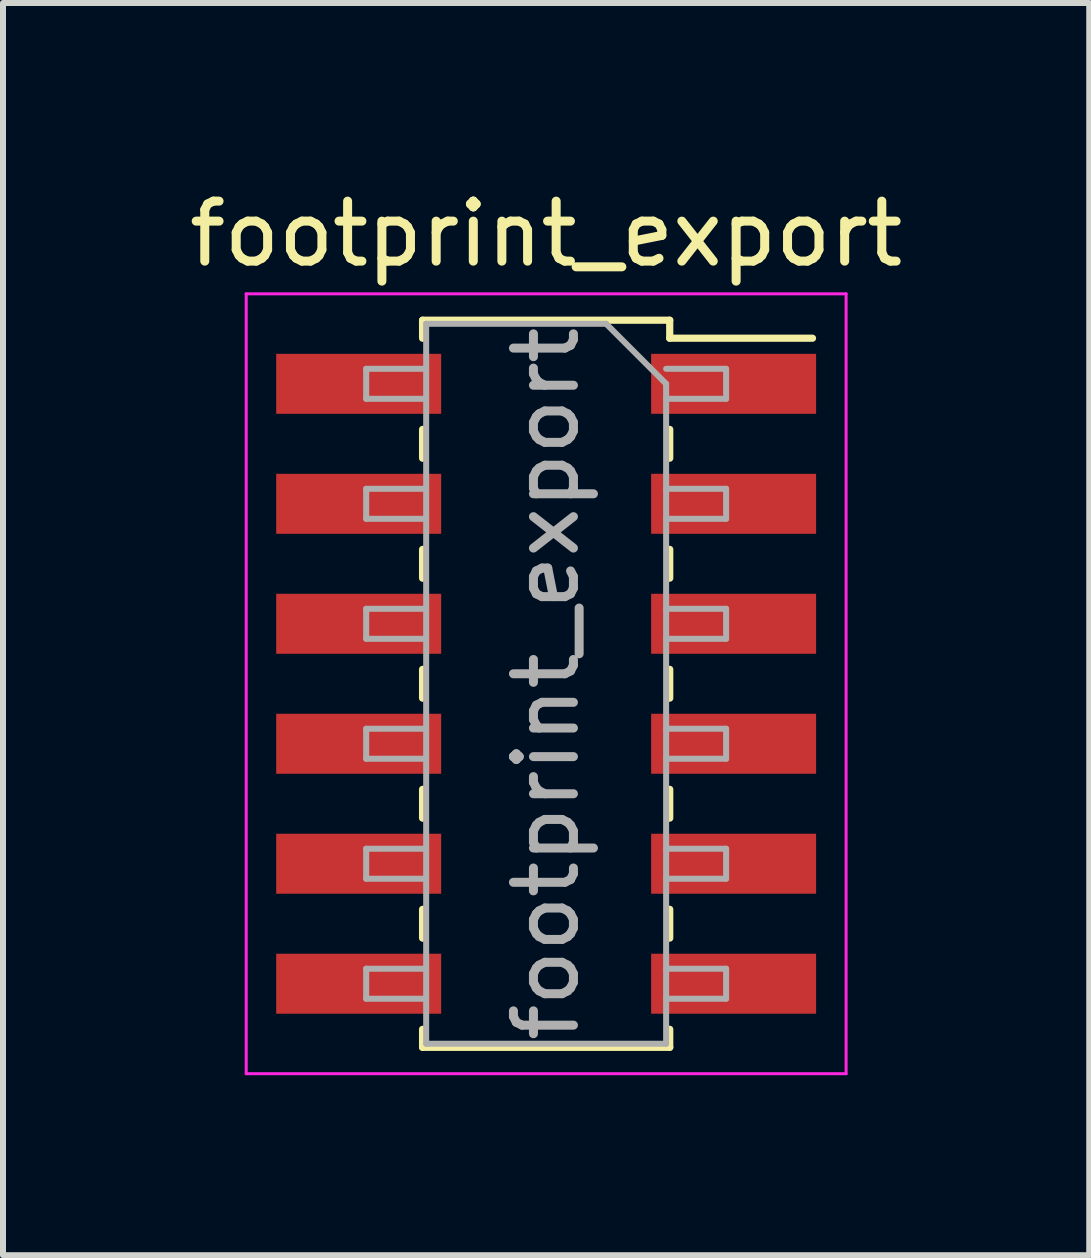
<source format=kicad_pcb>
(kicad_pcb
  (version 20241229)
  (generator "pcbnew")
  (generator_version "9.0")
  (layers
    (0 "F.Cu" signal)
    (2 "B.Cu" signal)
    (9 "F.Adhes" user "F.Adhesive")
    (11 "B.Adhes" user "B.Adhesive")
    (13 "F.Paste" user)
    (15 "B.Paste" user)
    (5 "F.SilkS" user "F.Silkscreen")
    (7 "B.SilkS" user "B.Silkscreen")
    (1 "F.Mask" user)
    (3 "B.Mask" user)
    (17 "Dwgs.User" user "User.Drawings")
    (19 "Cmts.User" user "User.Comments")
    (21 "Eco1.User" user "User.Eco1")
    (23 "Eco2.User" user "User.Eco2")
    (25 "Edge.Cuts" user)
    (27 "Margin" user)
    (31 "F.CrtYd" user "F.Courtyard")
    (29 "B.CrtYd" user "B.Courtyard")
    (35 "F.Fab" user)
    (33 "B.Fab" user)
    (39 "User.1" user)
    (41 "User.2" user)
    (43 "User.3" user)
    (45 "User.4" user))
  (footprint "footprint_export"
    (layer "F.Cu")
    (at 6.054 8.348)
    (property "Reference" "footprint_export" (at 0 -7.5 0) (layer "F.SilkS") (effects (font (size 1 1) (thickness 0.15))))
    (attr smd)
    (fp_line (start -2.06 -6.06) (end -2.06 -5.76) (stroke (width 0.12) (type solid)) (layer "F.SilkS"))
    (fp_line (start -2.06 -6.06) (end 2.06 -6.06) (stroke (width 0.12) (type solid)) (layer "F.SilkS"))
    (fp_line (start -2.06 -4.24) (end -2.06 -3.76) (stroke (width 0.12) (type solid)) (layer "F.SilkS"))
    (fp_line (start -2.06 -2.24) (end -2.06 -1.76) (stroke (width 0.12) (type solid)) (layer "F.SilkS"))
    (fp_line (start -2.06 -0.24) (end -2.06 0.24) (stroke (width 0.12) (type solid)) (layer "F.SilkS"))
    (fp_line (start -2.06 1.76) (end -2.06 2.24) (stroke (width 0.12) (type solid)) (layer "F.SilkS"))
    (fp_line (start -2.06 3.76) (end -2.06 4.24) (stroke (width 0.12) (type solid)) (layer "F.SilkS"))
    (fp_line (start -2.06 5.76) (end -2.06 6.06) (stroke (width 0.12) (type solid)) (layer "F.SilkS"))
    (fp_line (start -2.06 6.06) (end 2.06 6.06) (stroke (width 0.12) (type solid)) (layer "F.SilkS"))
    (fp_line (start 2.06 -6.06) (end 2.06 -5.76) (stroke (width 0.12) (type solid)) (layer "F.SilkS"))
    (fp_line (start 2.06 -5.76) (end 4.44 -5.76) (stroke (width 0.12) (type solid)) (layer "F.SilkS"))
    (fp_line (start 2.06 -4.24) (end 2.06 -3.76) (stroke (width 0.12) (type solid)) (layer "F.SilkS"))
    (fp_line (start 2.06 -2.24) (end 2.06 -1.76) (stroke (width 0.12) (type solid)) (layer "F.SilkS"))
    (fp_line (start 2.06 -0.24) (end 2.06 0.24) (stroke (width 0.12) (type solid)) (layer "F.SilkS"))
    (fp_line (start 2.06 1.76) (end 2.06 2.24) (stroke (width 0.12) (type solid)) (layer "F.SilkS"))
    (fp_line (start 2.06 3.76) (end 2.06 4.24) (stroke (width 0.12) (type solid)) (layer "F.SilkS"))
    (fp_line (start 2.06 5.76) (end 2.06 6.06) (stroke (width 0.12) (type solid)) (layer "F.SilkS"))
    (fp_line (start -5 -6.5) (end 5 -6.5) (stroke (width 0.05) (type solid)) (layer "F.CrtYd"))
    (fp_line (start -5 6.5) (end -5 -6.5) (stroke (width 0.05) (type solid)) (layer "F.CrtYd"))
    (fp_line (start 5 -6.5) (end 5 6.5) (stroke (width 0.05) (type solid)) (layer "F.CrtYd"))
    (fp_line (start 5 6.5) (end -5 6.5) (stroke (width 0.05) (type solid)) (layer "F.CrtYd"))
    (fp_line (start -3 -5.25) (end -2 -5.25) (stroke (width 0.1) (type solid)) (layer "F.Fab"))
    (fp_line (start -3 -4.75) (end -3 -5.25) (stroke (width 0.1) (type solid)) (layer "F.Fab"))
    (fp_line (start -3 -3.25) (end -2 -3.25) (stroke (width 0.1) (type solid)) (layer "F.Fab"))
    (fp_line (start -3 -2.75) (end -3 -3.25) (stroke (width 0.1) (type solid)) (layer "F.Fab"))
    (fp_line (start -3 -1.25) (end -2 -1.25) (stroke (width 0.1) (type solid)) (layer "F.Fab"))
    (fp_line (start -3 -0.75) (end -3 -1.25) (stroke (width 0.1) (type solid)) (layer "F.Fab"))
    (fp_line (start -3 0.75) (end -2 0.75) (stroke (width 0.1) (type solid)) (layer "F.Fab"))
    (fp_line (start -3 1.25) (end -3 0.75) (stroke (width 0.1) (type solid)) (layer "F.Fab"))
    (fp_line (start -3 2.75) (end -2 2.75) (stroke (width 0.1) (type solid)) (layer "F.Fab"))
    (fp_line (start -3 3.25) (end -3 2.75) (stroke (width 0.1) (type solid)) (layer "F.Fab"))
    (fp_line (start -3 4.75) (end -2 4.75) (stroke (width 0.1) (type solid)) (layer "F.Fab"))
    (fp_line (start -3 5.25) (end -3 4.75) (stroke (width 0.1) (type solid)) (layer "F.Fab"))
    (fp_line (start -2 -6) (end 1 -6) (stroke (width 0.1) (type solid)) (layer "F.Fab"))
    (fp_line (start -2 -4.75) (end -3 -4.75) (stroke (width 0.1) (type solid)) (layer "F.Fab"))
    (fp_line (start -2 -2.75) (end -3 -2.75) (stroke (width 0.1) (type solid)) (layer "F.Fab"))
    (fp_line (start -2 -0.75) (end -3 -0.75) (stroke (width 0.1) (type solid)) (layer "F.Fab"))
    (fp_line (start -2 1.25) (end -3 1.25) (stroke (width 0.1) (type solid)) (layer "F.Fab"))
    (fp_line (start -2 3.25) (end -3 3.25) (stroke (width 0.1) (type solid)) (layer "F.Fab"))
    (fp_line (start -2 5.25) (end -3 5.25) (stroke (width 0.1) (type solid)) (layer "F.Fab"))
    (fp_line (start -2 6) (end -2 -6) (stroke (width 0.1) (type solid)) (layer "F.Fab"))
    (fp_line (start 1 -6) (end 2 -5) (stroke (width 0.1) (type solid)) (layer "F.Fab"))
    (fp_line (start 2 -5.25) (end 3 -5.25) (stroke (width 0.1) (type solid)) (layer "F.Fab"))
    (fp_line (start 2 -5) (end 2 6) (stroke (width 0.1) (type solid)) (layer "F.Fab"))
    (fp_line (start 2 -3.25) (end 3 -3.25) (stroke (width 0.1) (type solid)) (layer "F.Fab"))
    (fp_line (start 2 -1.25) (end 3 -1.25) (stroke (width 0.1) (type solid)) (layer "F.Fab"))
    (fp_line (start 2 0.75) (end 3 0.75) (stroke (width 0.1) (type solid)) (layer "F.Fab"))
    (fp_line (start 2 2.75) (end 3 2.75) (stroke (width 0.1) (type solid)) (layer "F.Fab"))
    (fp_line (start 2 4.75) (end 3 4.75) (stroke (width 0.1) (type solid)) (layer "F.Fab"))
    (fp_line (start 2 6) (end -2 6) (stroke (width 0.1) (type solid)) (layer "F.Fab"))
    (fp_line (start 3 -5.25) (end 3 -4.75) (stroke (width 0.1) (type solid)) (layer "F.Fab"))
    (fp_line (start 3 -4.75) (end 2 -4.75) (stroke (width 0.1) (type solid)) (layer "F.Fab"))
    (fp_line (start 3 -3.25) (end 3 -2.75) (stroke (width 0.1) (type solid)) (layer "F.Fab"))
    (fp_line (start 3 -2.75) (end 2 -2.75) (stroke (width 0.1) (type solid)) (layer "F.Fab"))
    (fp_line (start 3 -1.25) (end 3 -0.75) (stroke (width 0.1) (type solid)) (layer "F.Fab"))
    (fp_line (start 3 -0.75) (end 2 -0.75) (stroke (width 0.1) (type solid)) (layer "F.Fab"))
    (fp_line (start 3 0.75) (end 3 1.25) (stroke (width 0.1) (type solid)) (layer "F.Fab"))
    (fp_line (start 3 1.25) (end 2 1.25) (stroke (width 0.1) (type solid)) (layer "F.Fab"))
    (fp_line (start 3 2.75) (end 3 3.25) (stroke (width 0.1) (type solid)) (layer "F.Fab"))
    (fp_line (start 3 3.25) (end 2 3.25) (stroke (width 0.1) (type solid)) (layer "F.Fab"))
    (fp_line (start 3 4.75) (end 3 5.25) (stroke (width 0.1) (type solid)) (layer "F.Fab"))
    (fp_line (start 3 5.25) (end 2 5.25) (stroke (width 0.1) (type solid)) (layer "F.Fab"))
    (fp_text user "${REFERENCE}" (at 0 0 90) (layer "F.Fab") (effects (font (size 1 1) (thickness 0.15))))
    (pad "1" smd rect (at 3.125 -5) (size 2.75 1) (layers "F.Cu" "F.Mask" "F.Paste"))
    (pad "2" smd rect (at -3.125 -5) (size 2.75 1) (layers "F.Cu" "F.Mask" "F.Paste"))
    (pad "3" smd rect (at 3.125 -3) (size 2.75 1) (layers "F.Cu" "F.Mask" "F.Paste"))
    (pad "4" smd rect (at -3.125 -3) (size 2.75 1) (layers "F.Cu" "F.Mask" "F.Paste"))
    (pad "5" smd rect (at 3.125 -1) (size 2.75 1) (layers "F.Cu" "F.Mask" "F.Paste"))
    (pad "6" smd rect (at -3.125 -1) (size 2.75 1) (layers "F.Cu" "F.Mask" "F.Paste"))
    (pad "7" smd rect (at 3.125 1) (size 2.75 1) (layers "F.Cu" "F.Mask" "F.Paste"))
    (pad "8" smd rect (at -3.125 1) (size 2.75 1) (layers "F.Cu" "F.Mask" "F.Paste"))
    (pad "9" smd rect (at 3.125 3) (size 2.75 1) (layers "F.Cu" "F.Mask" "F.Paste"))
    (pad "10" smd rect (at -3.125 3) (size 2.75 1) (layers "F.Cu" "F.Mask" "F.Paste"))
    (pad "11" smd rect (at 3.125 5) (size 2.75 1) (layers "F.Cu" "F.Mask" "F.Paste"))
    (pad "12" smd rect (at -3.125 5) (size 2.75 1) (layers "F.Cu" "F.Mask" "F.Paste")))
  (gr_rect
    (start -3 -3)
    (end 15.107 17.873)
    (stroke (width 0.1) (type default))
    (fill no)
    (layer "Edge.Cuts")))
</source>
